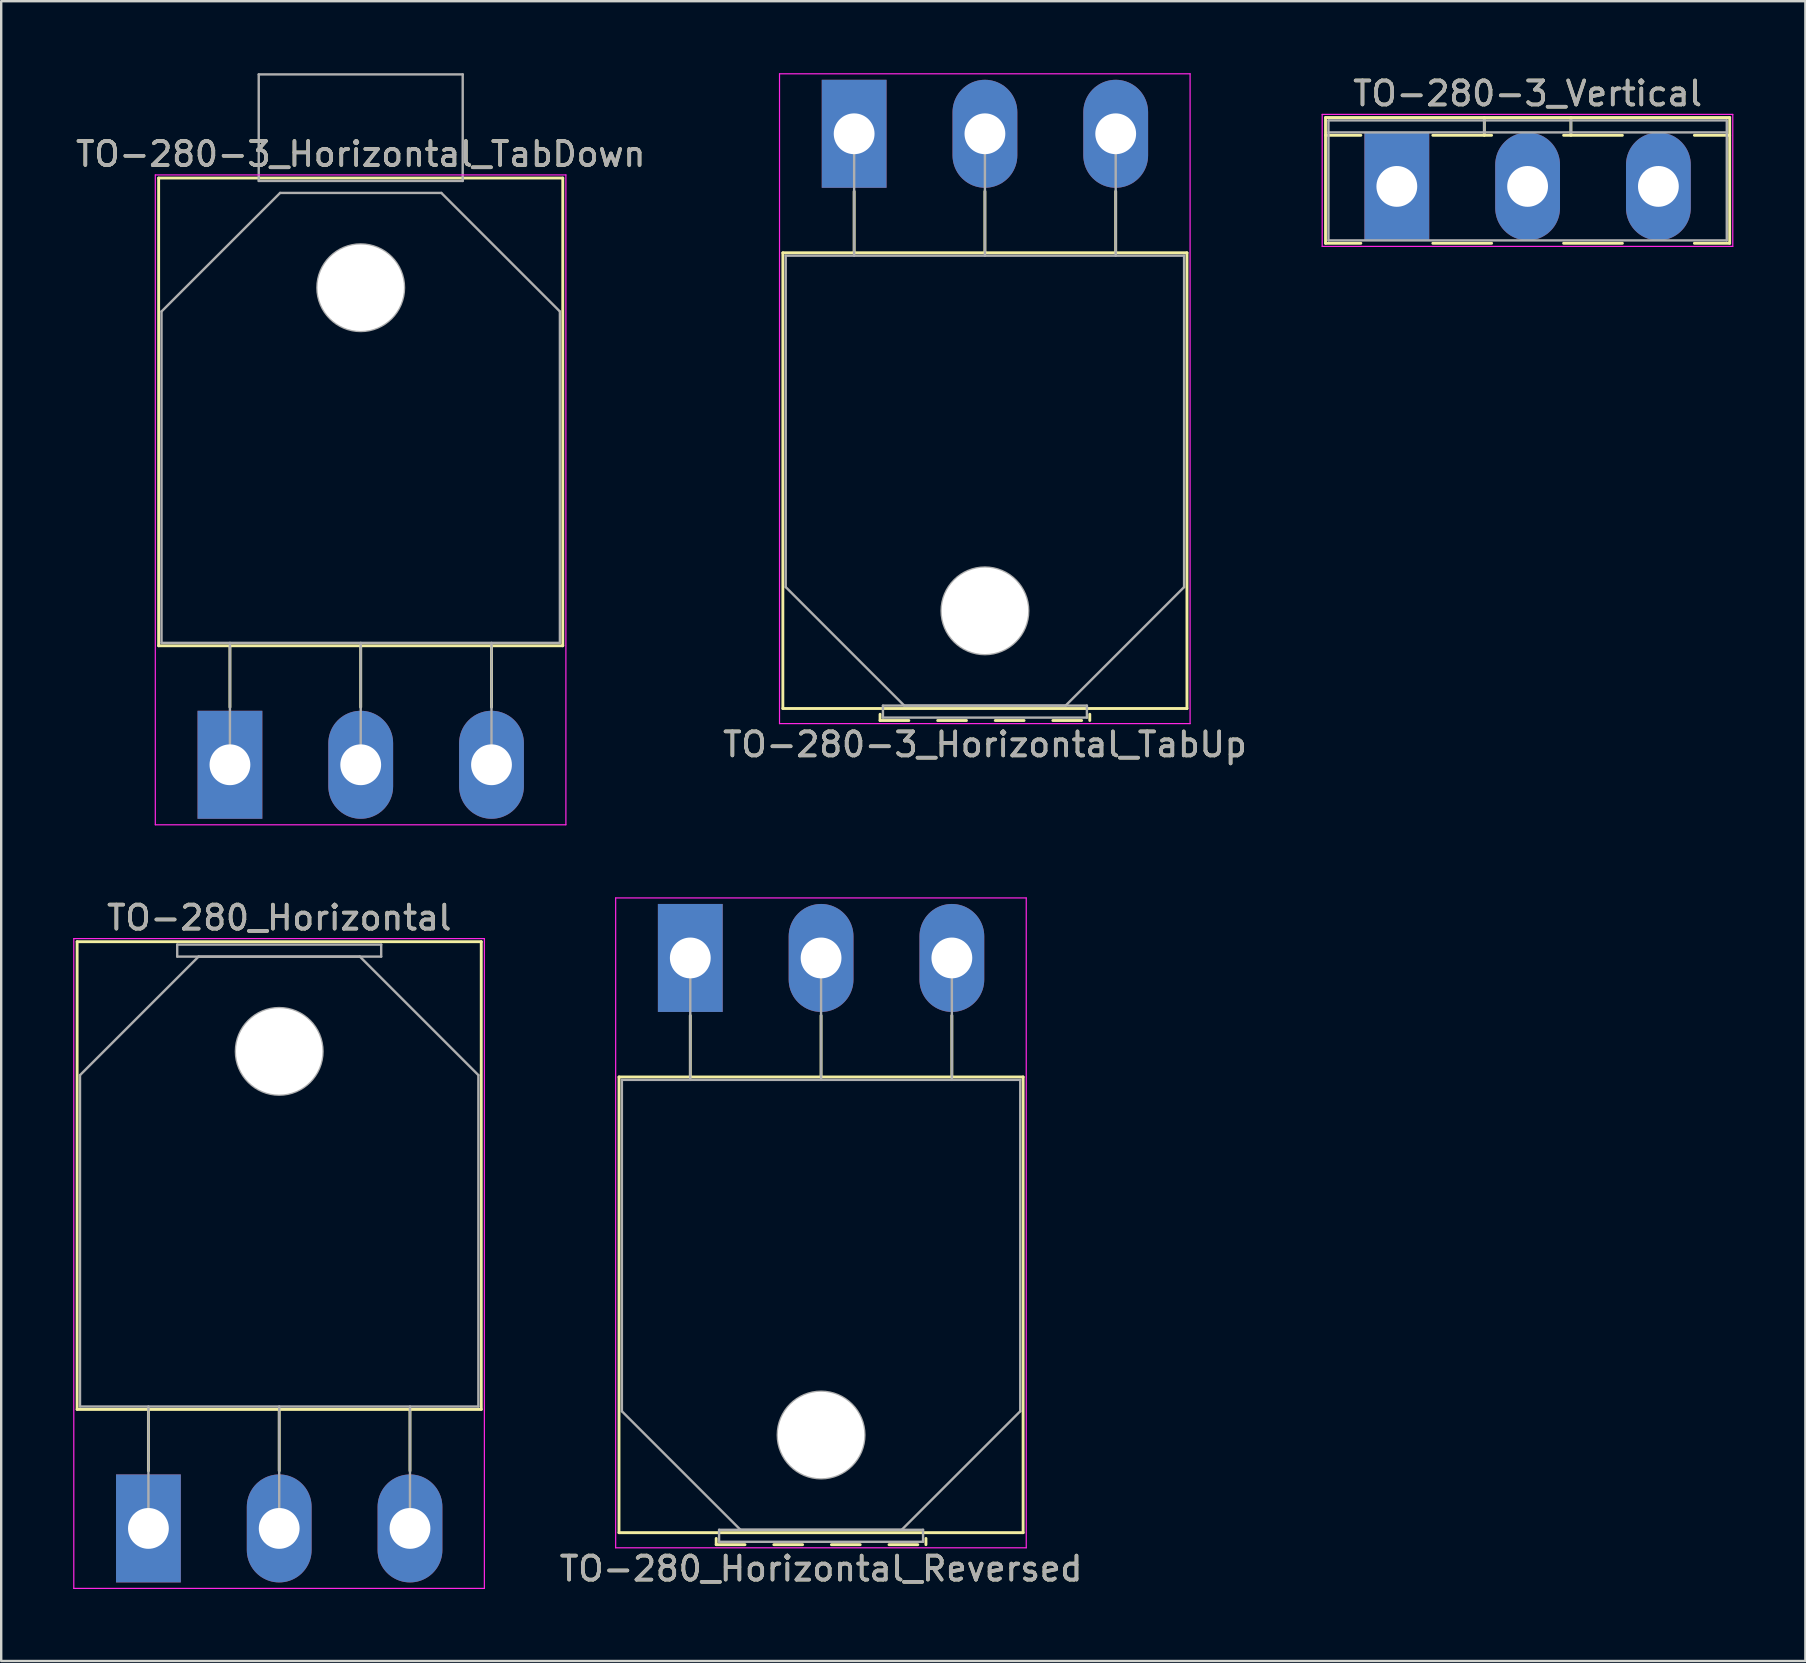
<source format=kicad_pcb>
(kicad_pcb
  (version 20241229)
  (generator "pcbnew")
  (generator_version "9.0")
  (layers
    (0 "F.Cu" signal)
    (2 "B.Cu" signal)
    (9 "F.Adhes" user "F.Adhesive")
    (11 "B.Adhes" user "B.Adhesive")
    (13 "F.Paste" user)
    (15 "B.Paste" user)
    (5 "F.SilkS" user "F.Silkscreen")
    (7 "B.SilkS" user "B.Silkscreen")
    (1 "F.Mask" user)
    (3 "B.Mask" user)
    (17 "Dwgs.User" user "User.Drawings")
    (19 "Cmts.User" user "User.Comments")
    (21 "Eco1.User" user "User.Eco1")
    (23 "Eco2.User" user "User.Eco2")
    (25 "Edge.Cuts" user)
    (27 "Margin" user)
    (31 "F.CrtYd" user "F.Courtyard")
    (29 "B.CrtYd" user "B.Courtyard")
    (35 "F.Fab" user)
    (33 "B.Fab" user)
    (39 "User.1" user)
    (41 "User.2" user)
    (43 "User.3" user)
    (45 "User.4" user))
  (footprint "TO-280-3_Horizontal_TabUp"
    (layer "F.Cu")
    (at 32.544 2.525)
    (property "Reference" "TO-280-3_Horizontal_TabUp" (at 5.45 25.45 0) (layer "F.SilkS") (effects (font (size 1 1) (thickness 0.15))))
    (attr through_hole)
    (fp_line (start -2.971 4.96) (end -2.971 23.95) (stroke (width 0.12) (type solid)) (layer "F.SilkS"))
    (fp_line (start -2.971 4.96) (end 13.87 4.96) (stroke (width 0.12) (type solid)) (layer "F.SilkS"))
    (fp_line (start -2.971 23.95) (end 13.87 23.95) (stroke (width 0.12) (type solid)) (layer "F.SilkS"))
    (fp_line (start 0 2.4) (end 0 4.96) (stroke (width 0.12) (type solid)) (layer "F.SilkS"))
    (fp_line (start 1.08 24.19) (end 1.08 24.45) (stroke (width 0.12) (type solid)) (layer "F.SilkS"))
    (fp_line (start 1.08 24.45) (end 2.28 24.45) (stroke (width 0.12) (type solid)) (layer "F.SilkS"))
    (fp_line (start 3.481 24.45) (end 4.681 24.45) (stroke (width 0.12) (type solid)) (layer "F.SilkS"))
    (fp_line (start 5.45 2.4) (end 5.45 4.96) (stroke (width 0.12) (type solid)) (layer "F.SilkS"))
    (fp_line (start 5.881 24.45) (end 7.081 24.45) (stroke (width 0.12) (type solid)) (layer "F.SilkS"))
    (fp_line (start 8.281 24.45) (end 9.48 24.45) (stroke (width 0.12) (type solid)) (layer "F.SilkS"))
    (fp_line (start 9.82 24.19) (end 9.82 24.45) (stroke (width 0.12) (type solid)) (layer "F.SilkS"))
    (fp_line (start 10.9 2.4) (end 10.9 4.96) (stroke (width 0.12) (type solid)) (layer "F.SilkS"))
    (fp_line (start 13.87 4.96) (end 13.87 23.95) (stroke (width 0.12) (type solid)) (layer "F.SilkS"))
    (fp_line (start -3.11 -2.5) (end -3.11 24.58) (stroke (width 0.05) (type solid)) (layer "F.CrtYd"))
    (fp_line (start -3.11 24.58) (end 14 24.58) (stroke (width 0.05) (type solid)) (layer "F.CrtYd"))
    (fp_line (start 14 -2.5) (end -3.11 -2.5) (stroke (width 0.05) (type solid)) (layer "F.CrtYd"))
    (fp_line (start 14 24.58) (end 14 -2.5) (stroke (width 0.05) (type solid)) (layer "F.CrtYd"))
    (fp_line (start -2.851 5.08) (end -2.851 18.89) (stroke (width 0.1) (type solid)) (layer "F.Fab"))
    (fp_line (start -2.851 18.89) (end 2.09 23.83) (stroke (width 0.1) (type solid)) (layer "F.Fab"))
    (fp_line (start 0 5.08) (end 0 0) (stroke (width 0.1) (type solid)) (layer "F.Fab"))
    (fp_line (start 1.2 23.83) (end 1.2 24.33) (stroke (width 0.1) (type solid)) (layer "F.Fab"))
    (fp_line (start 1.2 24.33) (end 9.7 24.33) (stroke (width 0.1) (type solid)) (layer "F.Fab"))
    (fp_line (start 2.09 23.83) (end 8.81 23.83) (stroke (width 0.1) (type solid)) (layer "F.Fab"))
    (fp_line (start 5.45 5.08) (end 5.45 0) (stroke (width 0.1) (type solid)) (layer "F.Fab"))
    (fp_line (start 8.81 23.83) (end 13.75 18.89) (stroke (width 0.1) (type solid)) (layer "F.Fab"))
    (fp_line (start 9.7 23.83) (end 1.2 23.83) (stroke (width 0.1) (type solid)) (layer "F.Fab"))
    (fp_line (start 9.7 24.33) (end 9.7 23.83) (stroke (width 0.1) (type solid)) (layer "F.Fab"))
    (fp_line (start 10.9 5.08) (end 10.9 0) (stroke (width 0.1) (type solid)) (layer "F.Fab"))
    (fp_line (start 13.75 5.08) (end -2.851 5.08) (stroke (width 0.1) (type solid)) (layer "F.Fab"))
    (fp_line (start 13.75 18.89) (end 13.75 5.08) (stroke (width 0.1) (type solid)) (layer "F.Fab"))
    (fp_circle (center 5.45 19.88) (end 7.255 19.88) (stroke (width 0.1) (type solid)) (fill no) (layer "F.Fab"))
    (fp_text user "${REFERENCE}" (at 5.45 25.45 0) (layer "F.Fab") (effects (font (size 1 1) (thickness 0.15))))
    (pad "" np_thru_hole oval (at 5.45 19.88) (size 3.6 3.6) (drill 3.6) (layers "*.Cu" "*.Mask"))
    (pad "1" thru_hole rect (at 0 0) (size 2.7 4.5) (drill 1.7) (layers "*.Cu" "*.Mask"))
    (pad "2" thru_hole oval (at 5.45 0) (size 2.7 4.5) (drill 1.7) (layers "*.Cu" "*.Mask"))
    (pad "3" thru_hole oval (at 10.9 0) (size 2.7 4.5) (drill 1.7) (layers "*.Cu" "*.Mask")))
  (footprint "TO-280_Horizontal"
    (layer "F.Cu")
    (at 3.135 60.643)
    (property "Reference" "TO-280_Horizontal" (at 5.45 -25.45 0) (layer "F.SilkS") (effects (font (size 1 1) (thickness 0.15))))
    (attr through_hole)
    (fp_line (start -2.971 -24.45) (end -2.971 -4.96) (stroke (width 0.12) (type solid)) (layer "F.SilkS"))
    (fp_line (start -2.971 -24.45) (end 13.87 -24.45) (stroke (width 0.12) (type solid)) (layer "F.SilkS"))
    (fp_line (start -2.971 -4.96) (end 13.87 -4.96) (stroke (width 0.12) (type solid)) (layer "F.SilkS"))
    (fp_line (start 0 -4.96) (end 0 -2.4) (stroke (width 0.12) (type solid)) (layer "F.SilkS"))
    (fp_line (start 5.45 -4.96) (end 5.45 -2.4) (stroke (width 0.12) (type solid)) (layer "F.SilkS"))
    (fp_line (start 10.9 -4.96) (end 10.9 -2.4) (stroke (width 0.12) (type solid)) (layer "F.SilkS"))
    (fp_line (start 13.87 -24.45) (end 13.87 -4.96) (stroke (width 0.12) (type solid)) (layer "F.SilkS"))
    (fp_line (start -3.11 -24.58) (end -3.11 2.5) (stroke (width 0.05) (type solid)) (layer "F.CrtYd"))
    (fp_line (start -3.11 2.5) (end 14 2.5) (stroke (width 0.05) (type solid)) (layer "F.CrtYd"))
    (fp_line (start 14 -24.58) (end -3.11 -24.58) (stroke (width 0.05) (type solid)) (layer "F.CrtYd"))
    (fp_line (start 14 2.5) (end 14 -24.58) (stroke (width 0.05) (type solid)) (layer "F.CrtYd"))
    (fp_line (start -2.851 -18.89) (end 2.09 -23.83) (stroke (width 0.1) (type solid)) (layer "F.Fab"))
    (fp_line (start -2.851 -5.08) (end -2.851 -18.89) (stroke (width 0.1) (type solid)) (layer "F.Fab"))
    (fp_line (start 0 -5.08) (end 0 0) (stroke (width 0.1) (type solid)) (layer "F.Fab"))
    (fp_line (start 1.2 -24.33) (end 9.7 -24.33) (stroke (width 0.1) (type solid)) (layer "F.Fab"))
    (fp_line (start 1.2 -23.83) (end 1.2 -24.33) (stroke (width 0.1) (type solid)) (layer "F.Fab"))
    (fp_line (start 2.09 -23.83) (end 8.81 -23.83) (stroke (width 0.1) (type solid)) (layer "F.Fab"))
    (fp_line (start 5.45 -5.08) (end 5.45 0) (stroke (width 0.1) (type solid)) (layer "F.Fab"))
    (fp_line (start 8.81 -23.83) (end 13.75 -18.89) (stroke (width 0.1) (type solid)) (layer "F.Fab"))
    (fp_line (start 9.7 -24.33) (end 9.7 -23.83) (stroke (width 0.1) (type solid)) (layer "F.Fab"))
    (fp_line (start 9.7 -23.83) (end 1.2 -23.83) (stroke (width 0.1) (type solid)) (layer "F.Fab"))
    (fp_line (start 10.9 -5.08) (end 10.9 0) (stroke (width 0.1) (type solid)) (layer "F.Fab"))
    (fp_line (start 13.75 -18.89) (end 13.75 -5.08) (stroke (width 0.1) (type solid)) (layer "F.Fab"))
    (fp_line (start 13.75 -5.08) (end -2.851 -5.08) (stroke (width 0.1) (type solid)) (layer "F.Fab"))
    (fp_circle (center 5.45 -19.88) (end 7.255 -19.88) (stroke (width 0.1) (type solid)) (fill no) (layer "F.Fab"))
    (fp_text user "${REFERENCE}" (at 5.45 -25.45 0) (layer "F.Fab") (effects (font (size 1 1) (thickness 0.15))))
    (pad "" np_thru_hole oval (at 5.45 -19.88) (size 3.6 3.6) (drill 3.6) (layers "*.Cu" "*.Mask"))
    (pad "1" thru_hole rect (at 0 0) (size 2.7 4.5) (drill 1.7) (layers "*.Cu" "*.Mask"))
    (pad "2" thru_hole oval (at 5.45 0) (size 2.7 4.5) (drill 1.7) (layers "*.Cu" "*.Mask"))
    (pad "3" thru_hole oval (at 10.9 0) (size 2.7 4.5) (drill 1.7) (layers "*.Cu" "*.Mask")))
  (footprint "TO-280-3_Vertical"
    (layer "F.Cu")
    (at 55.159 4.718)
    (property "Reference" "TO-280-3_Vertical" (at 5.45 -3.87 0) (layer "F.SilkS") (effects (font (size 1 1) (thickness 0.15))))
    (attr through_hole)
    (fp_line (start -2.971 -2.87) (end -2.971 2.37) (stroke (width 0.12) (type solid)) (layer "F.SilkS"))
    (fp_line (start -2.971 -2.87) (end 13.87 -2.87) (stroke (width 0.12) (type solid)) (layer "F.SilkS"))
    (fp_line (start -2.971 -2.13) (end -1.5 -2.13) (stroke (width 0.12) (type solid)) (layer "F.SilkS"))
    (fp_line (start -2.971 2.37) (end -1.5 2.37) (stroke (width 0.12) (type solid)) (layer "F.SilkS"))
    (fp_line (start 1.5 -2.13) (end 3.95 -2.13) (stroke (width 0.12) (type solid)) (layer "F.SilkS"))
    (fp_line (start 1.5 2.37) (end 3.95 2.37) (stroke (width 0.12) (type solid)) (layer "F.SilkS"))
    (fp_line (start 3.646 -2.87) (end 3.646 -2.13) (stroke (width 0.12) (type solid)) (layer "F.SilkS"))
    (fp_line (start 6.95 -2.13) (end 9.4 -2.13) (stroke (width 0.12) (type solid)) (layer "F.SilkS"))
    (fp_line (start 6.95 2.37) (end 9.4 2.37) (stroke (width 0.12) (type solid)) (layer "F.SilkS"))
    (fp_line (start 7.255 -2.87) (end 7.255 -2.13) (stroke (width 0.12) (type solid)) (layer "F.SilkS"))
    (fp_line (start 12.4 -2.13) (end 13.87 -2.13) (stroke (width 0.12) (type solid)) (layer "F.SilkS"))
    (fp_line (start 12.4 2.37) (end 13.87 2.37) (stroke (width 0.12) (type solid)) (layer "F.SilkS"))
    (fp_line (start 13.87 -2.87) (end 13.87 2.37) (stroke (width 0.12) (type solid)) (layer "F.SilkS"))
    (fp_line (start -3.11 -3) (end -3.11 2.5) (stroke (width 0.05) (type solid)) (layer "F.CrtYd"))
    (fp_line (start -3.11 2.5) (end 14 2.5) (stroke (width 0.05) (type solid)) (layer "F.CrtYd"))
    (fp_line (start 14 -3) (end -3.11 -3) (stroke (width 0.05) (type solid)) (layer "F.CrtYd"))
    (fp_line (start 14 2.5) (end 14 -3) (stroke (width 0.05) (type solid)) (layer "F.CrtYd"))
    (fp_line (start -2.85 -2.75) (end -2.85 2.25) (stroke (width 0.1) (type solid)) (layer "F.Fab"))
    (fp_line (start -2.85 -2.25) (end 13.75 -2.25) (stroke (width 0.1) (type solid)) (layer "F.Fab"))
    (fp_line (start -2.85 2.25) (end 13.75 2.25) (stroke (width 0.1) (type solid)) (layer "F.Fab"))
    (fp_line (start 3.645 -2.75) (end 3.645 -2.25) (stroke (width 0.1) (type solid)) (layer "F.Fab"))
    (fp_line (start 7.255 -2.75) (end 7.255 -2.25) (stroke (width 0.1) (type solid)) (layer "F.Fab"))
    (fp_line (start 13.75 -2.75) (end -2.85 -2.75) (stroke (width 0.1) (type solid)) (layer "F.Fab"))
    (fp_line (start 13.75 2.25) (end 13.75 -2.75) (stroke (width 0.1) (type solid)) (layer "F.Fab"))
    (fp_text user "${REFERENCE}" (at 5.45 -3.87 0) (layer "F.Fab") (effects (font (size 1 1) (thickness 0.15))))
    (pad "1" thru_hole rect (at 0 0) (size 2.7 4.5) (drill 1.7) (layers "*.Cu" "*.Mask"))
    (pad "2" thru_hole oval (at 5.45 0) (size 2.7 4.5) (drill 1.7) (layers "*.Cu" "*.Mask"))
    (pad "3" thru_hole oval (at 10.9 0) (size 2.7 4.5) (drill 1.7) (layers "*.Cu" "*.Mask")))
  (footprint "TO-280_Horizontal_Reversed"
    (layer "F.Cu")
    (at 25.716 36.87)
    (property "Reference" "TO-280_Horizontal_Reversed" (at 5.45 25.45 0) (layer "F.SilkS") (effects (font (size 1 1) (thickness 0.15))))
    (attr through_hole)
    (fp_line (start -2.971 4.96) (end -2.971 23.95) (stroke (width 0.12) (type solid)) (layer "F.SilkS"))
    (fp_line (start -2.971 4.96) (end 13.87 4.96) (stroke (width 0.12) (type solid)) (layer "F.SilkS"))
    (fp_line (start -2.971 23.95) (end 13.87 23.95) (stroke (width 0.12) (type solid)) (layer "F.SilkS"))
    (fp_line (start 0 2.4) (end 0 4.96) (stroke (width 0.12) (type solid)) (layer "F.SilkS"))
    (fp_line (start 1.08 24.19) (end 1.08 24.45) (stroke (width 0.12) (type solid)) (layer "F.SilkS"))
    (fp_line (start 1.08 24.45) (end 2.28 24.45) (stroke (width 0.12) (type solid)) (layer "F.SilkS"))
    (fp_line (start 3.481 24.45) (end 4.681 24.45) (stroke (width 0.12) (type solid)) (layer "F.SilkS"))
    (fp_line (start 5.45 2.4) (end 5.45 4.96) (stroke (width 0.12) (type solid)) (layer "F.SilkS"))
    (fp_line (start 5.881 24.45) (end 7.081 24.45) (stroke (width 0.12) (type solid)) (layer "F.SilkS"))
    (fp_line (start 8.281 24.45) (end 9.48 24.45) (stroke (width 0.12) (type solid)) (layer "F.SilkS"))
    (fp_line (start 9.82 24.19) (end 9.82 24.45) (stroke (width 0.12) (type solid)) (layer "F.SilkS"))
    (fp_line (start 10.9 2.4) (end 10.9 4.96) (stroke (width 0.12) (type solid)) (layer "F.SilkS"))
    (fp_line (start 13.87 4.96) (end 13.87 23.95) (stroke (width 0.12) (type solid)) (layer "F.SilkS"))
    (fp_line (start -3.11 -2.5) (end -3.11 24.58) (stroke (width 0.05) (type solid)) (layer "F.CrtYd"))
    (fp_line (start -3.11 24.58) (end 14 24.58) (stroke (width 0.05) (type solid)) (layer "F.CrtYd"))
    (fp_line (start 14 -2.5) (end -3.11 -2.5) (stroke (width 0.05) (type solid)) (layer "F.CrtYd"))
    (fp_line (start 14 24.58) (end 14 -2.5) (stroke (width 0.05) (type solid)) (layer "F.CrtYd"))
    (fp_line (start -2.851 5.08) (end -2.851 18.89) (stroke (width 0.1) (type solid)) (layer "F.Fab"))
    (fp_line (start -2.851 18.89) (end 2.09 23.83) (stroke (width 0.1) (type solid)) (layer "F.Fab"))
    (fp_line (start 0 5.08) (end 0 0) (stroke (width 0.1) (type solid)) (layer "F.Fab"))
    (fp_line (start 1.2 23.83) (end 1.2 24.33) (stroke (width 0.1) (type solid)) (layer "F.Fab"))
    (fp_line (start 1.2 24.33) (end 9.7 24.33) (stroke (width 0.1) (type solid)) (layer "F.Fab"))
    (fp_line (start 2.09 23.83) (end 8.81 23.83) (stroke (width 0.1) (type solid)) (layer "F.Fab"))
    (fp_line (start 5.45 5.08) (end 5.45 0) (stroke (width 0.1) (type solid)) (layer "F.Fab"))
    (fp_line (start 8.81 23.83) (end 13.75 18.89) (stroke (width 0.1) (type solid)) (layer "F.Fab"))
    (fp_line (start 9.7 23.83) (end 1.2 23.83) (stroke (width 0.1) (type solid)) (layer "F.Fab"))
    (fp_line (start 9.7 24.33) (end 9.7 23.83) (stroke (width 0.1) (type solid)) (layer "F.Fab"))
    (fp_line (start 10.9 5.08) (end 10.9 0) (stroke (width 0.1) (type solid)) (layer "F.Fab"))
    (fp_line (start 13.75 5.08) (end -2.851 5.08) (stroke (width 0.1) (type solid)) (layer "F.Fab"))
    (fp_line (start 13.75 18.89) (end 13.75 5.08) (stroke (width 0.1) (type solid)) (layer "F.Fab"))
    (fp_circle (center 5.45 19.88) (end 7.255 19.88) (stroke (width 0.1) (type solid)) (fill no) (layer "F.Fab"))
    (fp_text user "${REFERENCE}" (at 5.45 25.45 0) (layer "F.Fab") (effects (font (size 1 1) (thickness 0.15))))
    (pad "" np_thru_hole oval (at 5.45 19.88) (size 3.6 3.6) (drill 3.6) (layers "*.Cu" "*.Mask"))
    (pad "1" thru_hole rect (at 0 0) (size 2.7 4.5) (drill 1.7) (layers "*.Cu" "*.Mask"))
    (pad "2" thru_hole oval (at 5.45 0) (size 2.7 4.5) (drill 1.7) (layers "*.Cu" "*.Mask"))
    (pad "3" thru_hole oval (at 10.9 0) (size 2.7 4.5) (drill 1.7) (layers "*.Cu" "*.Mask")))
  (footprint "TO-280-3_Horizontal_TabDown"
    (layer "F.Cu")
    (at 6.532 28.82)
    (property "Reference" "TO-280-3_Horizontal_TabDown" (at 5.45 -25.45 0) (layer "F.SilkS") (effects (font (size 1 1) (thickness 0.15))))
    (attr through_hole)
    (fp_line (start -2.971 -24.45) (end -2.971 -4.96) (stroke (width 0.12) (type solid)) (layer "F.SilkS"))
    (fp_line (start -2.971 -24.45) (end 13.87 -24.45) (stroke (width 0.12) (type solid)) (layer "F.SilkS"))
    (fp_line (start -2.971 -4.96) (end 13.87 -4.96) (stroke (width 0.12) (type solid)) (layer "F.SilkS"))
    (fp_line (start 0 -4.96) (end 0 -2.4) (stroke (width 0.12) (type solid)) (layer "F.SilkS"))
    (fp_line (start 5.45 -4.96) (end 5.45 -2.4) (stroke (width 0.12) (type solid)) (layer "F.SilkS"))
    (fp_line (start 10.9 -4.96) (end 10.9 -2.4) (stroke (width 0.12) (type solid)) (layer "F.SilkS"))
    (fp_line (start 13.87 -24.45) (end 13.87 -4.96) (stroke (width 0.12) (type solid)) (layer "F.SilkS"))
    (fp_line (start -3.11 -24.58) (end -3.11 2.5) (stroke (width 0.05) (type solid)) (layer "F.CrtYd"))
    (fp_line (start -3.11 2.5) (end 14 2.5) (stroke (width 0.05) (type solid)) (layer "F.CrtYd"))
    (fp_line (start 14 -24.58) (end -3.11 -24.58) (stroke (width 0.05) (type solid)) (layer "F.CrtYd"))
    (fp_line (start 14 2.5) (end 14 -24.58) (stroke (width 0.05) (type solid)) (layer "F.CrtYd"))
    (fp_line (start -2.851 -18.89) (end 2.09 -23.83) (stroke (width 0.1) (type solid)) (layer "F.Fab"))
    (fp_line (start -2.851 -5.08) (end -2.851 -18.89) (stroke (width 0.1) (type solid)) (layer "F.Fab"))
    (fp_line (start 0 -5.08) (end 0 0) (stroke (width 0.1) (type solid)) (layer "F.Fab"))
    (fp_line (start 1.2 -28.77) (end 1.2 -24.33) (stroke (width 0.1) (type solid)) (layer "F.Fab"))
    (fp_line (start 1.2 -24.33) (end 9.7 -24.33) (stroke (width 0.1) (type solid)) (layer "F.Fab"))
    (fp_line (start 2.09 -23.83) (end 8.81 -23.83) (stroke (width 0.1) (type solid)) (layer "F.Fab"))
    (fp_line (start 5.45 -5.08) (end 5.45 0) (stroke (width 0.1) (type solid)) (layer "F.Fab"))
    (fp_line (start 8.81 -23.83) (end 13.75 -18.89) (stroke (width 0.1) (type solid)) (layer "F.Fab"))
    (fp_line (start 9.7 -28.77) (end 1.2 -28.77) (stroke (width 0.1) (type solid)) (layer "F.Fab"))
    (fp_line (start 9.7 -24.33) (end 9.7 -28.77) (stroke (width 0.1) (type solid)) (layer "F.Fab"))
    (fp_line (start 10.9 -5.08) (end 10.9 0) (stroke (width 0.1) (type solid)) (layer "F.Fab"))
    (fp_line (start 13.75 -18.89) (end 13.75 -5.08) (stroke (width 0.1) (type solid)) (layer "F.Fab"))
    (fp_line (start 13.75 -5.08) (end -2.851 -5.08) (stroke (width 0.1) (type solid)) (layer "F.Fab"))
    (fp_circle (center 5.45 -19.88) (end 7.255 -19.88) (stroke (width 0.1) (type solid)) (fill no) (layer "F.Fab"))
    (fp_text user "${REFERENCE}" (at 5.45 -25.45 0) (layer "F.Fab") (effects (font (size 1 1) (thickness 0.15))))
    (pad "" np_thru_hole oval (at 5.45 -19.88) (size 3.6 3.6) (drill 3.6) (layers "*.Cu" "*.Mask"))
    (pad "1" thru_hole rect (at 0 0) (size 2.7 4.5) (drill 1.7) (layers "*.Cu" "*.Mask"))
    (pad "2" thru_hole oval (at 5.45 0) (size 2.7 4.5) (drill 1.7) (layers "*.Cu" "*.Mask"))
    (pad "3" thru_hole oval (at 10.9 0) (size 2.7 4.5) (drill 1.7) (layers "*.Cu" "*.Mask")))
  (gr_rect
    (start -3 -3)
    (end 72.184 66.168)
    (stroke (width 0.1) (type default))
    (fill no)
    (layer "Edge.Cuts")))
</source>
